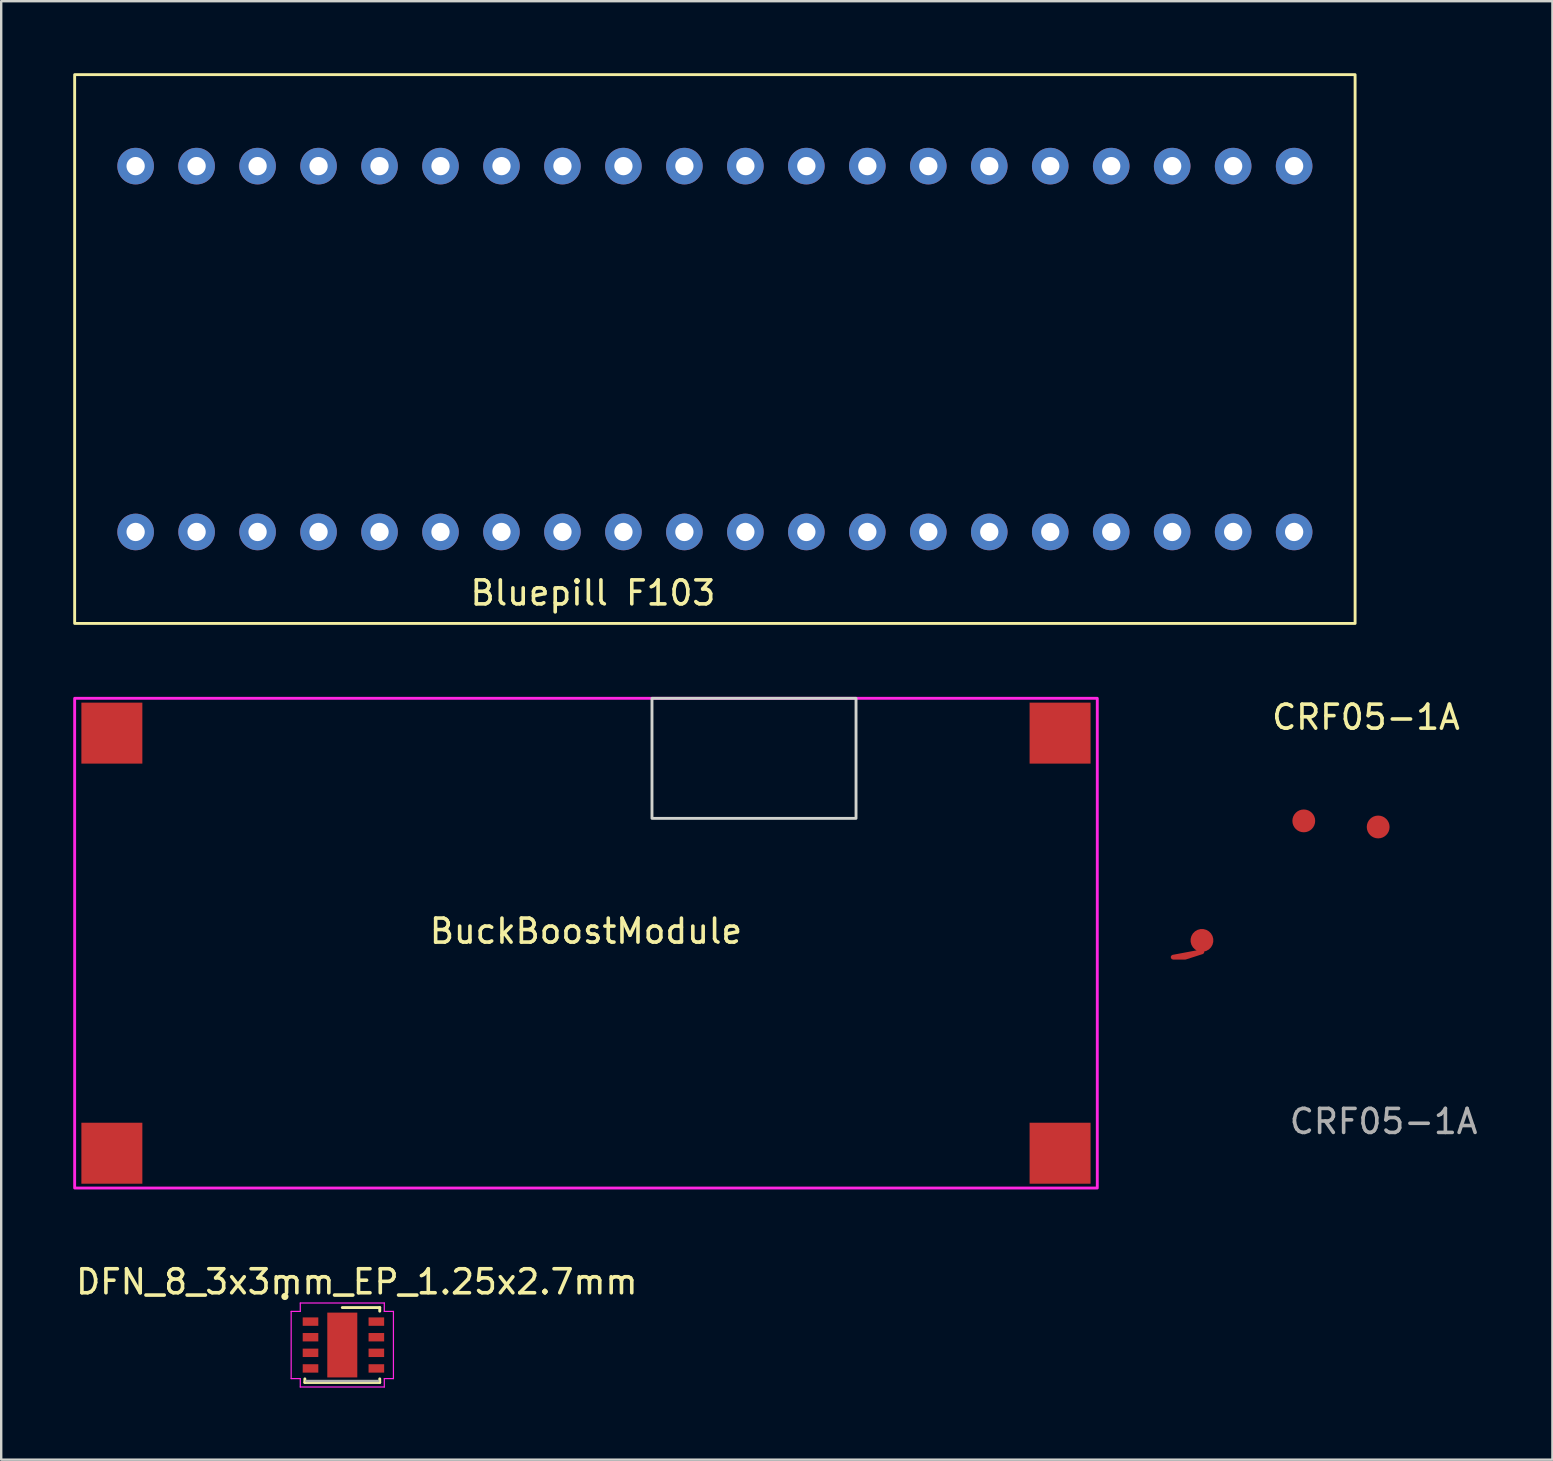
<source format=kicad_pcb>
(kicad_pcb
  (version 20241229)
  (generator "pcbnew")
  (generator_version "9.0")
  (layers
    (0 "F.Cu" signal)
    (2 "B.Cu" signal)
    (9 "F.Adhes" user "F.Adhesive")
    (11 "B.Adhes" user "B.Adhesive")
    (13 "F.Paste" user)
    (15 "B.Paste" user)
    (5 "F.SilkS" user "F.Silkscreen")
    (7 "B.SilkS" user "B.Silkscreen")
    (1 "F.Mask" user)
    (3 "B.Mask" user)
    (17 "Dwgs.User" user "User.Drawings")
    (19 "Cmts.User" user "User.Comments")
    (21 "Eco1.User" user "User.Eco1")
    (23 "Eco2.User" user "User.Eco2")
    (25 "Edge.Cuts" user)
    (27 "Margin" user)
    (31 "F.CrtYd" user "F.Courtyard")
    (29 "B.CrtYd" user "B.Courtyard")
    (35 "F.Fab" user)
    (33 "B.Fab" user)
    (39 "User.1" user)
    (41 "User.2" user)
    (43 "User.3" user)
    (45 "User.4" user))
  (footprint "Bluepill F103"
    (layer "F.Cu")
    (at 28 19.11)
    (property "Reference" "Bluepill F103" (at -6.35 2.54 0) (unlocked yes) (layer "F.SilkS") (effects (font (size 1 1) (thickness 0.15))))
    (attr through_hole)
    (fp_rect (start -27.94 -19.05) (end 25.4 3.81) (stroke (width 0.12) (type default)) (fill no) (layer "F.SilkS"))
    (pad "1" thru_hole circle (at 22.86 -15.24) (size 1.524 1.524) (drill 0.762) (layers "*.Cu" "*.Mask"))
    (pad "2" thru_hole circle (at 20.32 -15.24) (size 1.524 1.524) (drill 0.762) (layers "*.Cu" "*.Mask"))
    (pad "3" thru_hole circle (at 17.78 -15.24) (size 1.524 1.524) (drill 0.762) (layers "*.Cu" "*.Mask"))
    (pad "4" thru_hole circle (at 15.24 -15.24) (size 1.524 1.524) (drill 0.762) (layers "*.Cu" "*.Mask"))
    (pad "5" thru_hole circle (at 12.7 -15.24) (size 1.524 1.524) (drill 0.762) (layers "*.Cu" "*.Mask"))
    (pad "6" thru_hole circle (at 10.16 -15.24) (size 1.524 1.524) (drill 0.762) (layers "*.Cu" "*.Mask"))
    (pad "7" thru_hole circle (at 7.62 -15.24) (size 1.524 1.524) (drill 0.762) (layers "*.Cu" "*.Mask"))
    (pad "8" thru_hole circle (at 5.08 -15.24) (size 1.524 1.524) (drill 0.762) (layers "*.Cu" "*.Mask"))
    (pad "9" thru_hole circle (at 2.54 -15.24) (size 1.524 1.524) (drill 0.762) (layers "*.Cu" "*.Mask"))
    (pad "10" thru_hole circle (at 0 -15.24) (size 1.524 1.524) (drill 0.762) (layers "*.Cu" "*.Mask"))
    (pad "11" thru_hole circle (at -2.54 -15.24) (size 1.524 1.524) (drill 0.762) (layers "*.Cu" "*.Mask"))
    (pad "12" thru_hole circle (at -5.08 -15.24) (size 1.524 1.524) (drill 0.762) (layers "*.Cu" "*.Mask"))
    (pad "13" thru_hole circle (at -7.62 -15.24) (size 1.524 1.524) (drill 0.762) (layers "*.Cu" "*.Mask"))
    (pad "14" thru_hole circle (at -10.16 -15.24) (size 1.524 1.524) (drill 0.762) (layers "*.Cu" "*.Mask"))
    (pad "15" thru_hole circle (at -12.7 -15.24) (size 1.524 1.524) (drill 0.762) (layers "*.Cu" "*.Mask"))
    (pad "16" thru_hole circle (at -15.24 -15.24) (size 1.524 1.524) (drill 0.762) (layers "*.Cu" "*.Mask"))
    (pad "17" thru_hole circle (at -17.78 -15.24) (size 1.524 1.524) (drill 0.762) (layers "*.Cu" "*.Mask"))
    (pad "18" thru_hole circle (at -20.32 -15.24) (size 1.524 1.524) (drill 0.762) (layers "*.Cu" "*.Mask"))
    (pad "19" thru_hole circle (at -22.86 -15.24) (size 1.524 1.524) (drill 0.762) (layers "*.Cu" "*.Mask"))
    (pad "20" thru_hole circle (at -25.4 -15.24) (size 1.524 1.524) (drill 0.762) (layers "*.Cu" "*.Mask"))
    (pad "21" thru_hole circle (at -25.4 0) (size 1.524 1.524) (drill 0.762) (layers "*.Cu" "*.Mask"))
    (pad "22" thru_hole circle (at -22.86 0) (size 1.524 1.524) (drill 0.762) (layers "*.Cu" "*.Mask"))
    (pad "23" thru_hole circle (at -20.32 0) (size 1.524 1.524) (drill 0.762) (layers "*.Cu" "*.Mask"))
    (pad "24" thru_hole circle (at -17.78 0) (size 1.524 1.524) (drill 0.762) (layers "*.Cu" "*.Mask"))
    (pad "25" thru_hole circle (at -15.24 0) (size 1.524 1.524) (drill 0.762) (layers "*.Cu" "*.Mask"))
    (pad "26" thru_hole circle (at -12.7 0) (size 1.524 1.524) (drill 0.762) (layers "*.Cu" "*.Mask"))
    (pad "27" thru_hole circle (at -10.16 0) (size 1.524 1.524) (drill 0.762) (layers "*.Cu" "*.Mask"))
    (pad "28" thru_hole circle (at -7.62 0) (size 1.524 1.524) (drill 0.762) (layers "*.Cu" "*.Mask"))
    (pad "29" thru_hole circle (at -5.08 0) (size 1.524 1.524) (drill 0.762) (layers "*.Cu" "*.Mask"))
    (pad "30" thru_hole circle (at -2.54 0) (size 1.524 1.524) (drill 0.762) (layers "*.Cu" "*.Mask"))
    (pad "31" thru_hole circle (at 0 0) (size 1.524 1.524) (drill 0.762) (layers "*.Cu" "*.Mask"))
    (pad "32" thru_hole circle (at 2.54 0) (size 1.524 1.524) (drill 0.762) (layers "*.Cu" "*.Mask"))
    (pad "33" thru_hole circle (at 5.08 0) (size 1.524 1.524) (drill 0.762) (layers "*.Cu" "*.Mask"))
    (pad "34" thru_hole circle (at 7.62 0) (size 1.524 1.524) (drill 0.762) (layers "*.Cu" "*.Mask"))
    (pad "35" thru_hole circle (at 10.16 0) (size 1.524 1.524) (drill 0.762) (layers "*.Cu" "*.Mask"))
    (pad "36" thru_hole circle (at 12.7 0) (size 1.524 1.524) (drill 0.762) (layers "*.Cu" "*.Mask"))
    (pad "37" thru_hole circle (at 15.24 0) (size 1.524 1.524) (drill 0.762) (layers "*.Cu" "*.Mask"))
    (pad "38" thru_hole circle (at 17.78 0) (size 1.524 1.524) (drill 0.762) (layers "*.Cu" "*.Mask"))
    (pad "39" thru_hole circle (at 20.32 0) (size 1.524 1.524) (drill 0.762) (layers "*.Cu" "*.Mask"))
    (pad "40" thru_hole circle (at 22.86 0) (size 1.524 1.524) (drill 0.762) (layers "*.Cu" "*.Mask")))
  (footprint "CRF05-1A"
    (layer "F.Cu")
    (at 54.64 34.321)
    (property "Reference" "CRF05-1A" (at -0.787 -7.493 0) (unlocked yes) (layer "F.SilkS") (effects (font (size 1 1) (thickness 0.15))))
    (attr smd)
    (fp_text user "${REFERENCE}" (at -0.051 9.347 0) (unlocked yes) (layer "F.Fab") (effects (font (size 1 1) (thickness 0.15))))
    (pad "1" smd custom (at -7.62 1.803) (size 0.95 0.95) (layers "F.Cu" "F.Mask" "F.Paste") (options (anchor circle)) (primitives (gr_poly (pts (xy -1.2 0.7) (xy -0.7 0.7) (xy 0 0.475)) (width 0.2) (fill yes))))
    (pad "7" smd circle (at -0.279 -2.921) (size 0.95 0.95) (layers "F.Cu" "F.Mask" "F.Paste"))
    (pad "8" smd circle (at -3.378 -3.175) (size 0.95 0.95) (layers "F.Cu" "F.Mask" "F.Paste")))
  (footprint "DFN_8_3x3mm_EP_1.25x2.7mm"
    (layer "F.Cu")
    (at 11.307 53.396)
    (property "Reference" "DFN_8_3x3mm_EP_1.25x2.7mm" (at 0.508 -3.048 0) (unlocked yes) (layer "F.SilkS") (effects (font (size 1 1) (thickness 0.15))))
    (attr smd)
    (fp_line (start -2.489 -2.438) (end -2.489 -2.438) (stroke (width 0.3) (type solid)) (layer "F.SilkS"))
    (fp_line (start -2.489 -2.438) (end -2.489 -2.413) (stroke (width 0.12) (type solid)) (layer "F.SilkS"))
    (fp_line (start -2.489 -2.413) (end -2.489 -2.438) (stroke (width 0.12) (type solid)) (layer "F.SilkS"))
    (fp_line (start -2.489 -2.388) (end -2.489 -2.438) (stroke (width 0.12) (type solid)) (layer "F.SilkS"))
    (fp_line (start -1.658 1.144) (end -1.658 0.994) (stroke (width 0.12) (type solid)) (layer "F.SilkS"))
    (fp_line (start -1.658 1.144) (end 1.462 1.144) (stroke (width 0.12) (type solid)) (layer "F.SilkS"))
    (fp_line (start -0.098 -1.976) (end 1.462 -1.976) (stroke (width 0.12) (type solid)) (layer "F.SilkS"))
    (fp_line (start 1.462 -1.976) (end 1.462 -1.826) (stroke (width 0.12) (type solid)) (layer "F.SilkS"))
    (fp_line (start 1.462 1.144) (end 1.462 0.994) (stroke (width 0.12) (type solid)) (layer "F.SilkS"))
    (fp_line (start -2.228 -1.816) (end -2.228 0.984) (stroke (width 0.05) (type solid)) (layer "F.CrtYd"))
    (fp_line (start -1.848 -2.166) (end -1.848 -1.816) (stroke (width 0.05) (type solid)) (layer "F.CrtYd"))
    (fp_line (start -1.848 -2.166) (end 1.652 -2.166) (stroke (width 0.05) (type solid)) (layer "F.CrtYd"))
    (fp_line (start -1.848 -1.816) (end -2.228 -1.816) (stroke (width 0.05) (type solid)) (layer "F.CrtYd"))
    (fp_line (start -1.848 0.984) (end -2.228 0.984) (stroke (width 0.05) (type solid)) (layer "F.CrtYd"))
    (fp_line (start -1.848 1.334) (end -1.848 0.984) (stroke (width 0.05) (type solid)) (layer "F.CrtYd"))
    (fp_line (start -1.848 1.334) (end 1.652 1.334) (stroke (width 0.05) (type solid)) (layer "F.CrtYd"))
    (fp_line (start 1.652 -2.166) (end 1.652 -1.816) (stroke (width 0.05) (type solid)) (layer "F.CrtYd"))
    (fp_line (start 1.652 -1.816) (end 2.032 -1.816) (stroke (width 0.05) (type solid)) (layer "F.CrtYd"))
    (fp_line (start 1.652 0.984) (end 2.032 0.984) (stroke (width 0.05) (type solid)) (layer "F.CrtYd"))
    (fp_line (start 1.652 1.334) (end 1.652 0.984) (stroke (width 0.05) (type solid)) (layer "F.CrtYd"))
    (fp_line (start 2.032 -1.816) (end 2.032 0.984) (stroke (width 0.05) (type solid)) (layer "F.CrtYd"))
    (fp_line (start 1.402 1.084) (end -1.598 1.084) (stroke (width 0.1) (type solid)) (layer "F.Fab"))
    (pad "1" smd rect (at -1.422 -1.391) (size 0.65 0.35) (layers "F.Cu" "F.Mask" "F.Paste"))
    (pad "2" smd rect (at -1.422 -0.741) (size 0.65 0.35) (layers "F.Cu" "F.Mask" "F.Paste"))
    (pad "3" smd rect (at -1.422 -0.091) (size 0.65 0.35) (layers "F.Cu" "F.Mask" "F.Paste"))
    (pad "4" smd rect (at -1.422 0.559) (size 0.65 0.35) (layers "F.Cu" "F.Mask" "F.Paste"))
    (pad "5" smd rect (at 1.321 0.559) (size 0.65 0.35) (layers "F.Cu" "F.Mask" "F.Paste"))
    (pad "6" smd rect (at 1.321 -0.091) (size 0.65 0.35) (layers "F.Cu" "F.Mask" "F.Paste"))
    (pad "7" smd rect (at 1.321 -0.741) (size 0.65 0.35) (layers "F.Cu" "F.Mask" "F.Paste"))
    (pad "8" smd rect (at 1.321 -1.391) (size 0.65 0.35) (layers "F.Cu" "F.Mask" "F.Paste"))
    (pad "9" smd rect (at -0.098 -0.416) (size 1.25 2.7) (layers "F.Cu" "F.Mask")))
  (footprint "BuckBoostModule"
    (layer "F.Cu")
    (at 21.36 36.24)
    (property "Reference" "BuckBoostModule" (at 0 -0.5 0) (unlocked yes) (layer "F.SilkS") (effects (font (size 1 1) (thickness 0.15))))
    (attr smd)
    (fp_rect (start 2.75 -10.2) (end 11.25 -5.2) (stroke (width 0.12) (type default)) (fill no) (layer "Edge.Cuts"))
    (fp_rect (start -21.3 -10.2) (end 21.3 10.2) (stroke (width 0.12) (type default)) (fill no) (layer "F.CrtYd"))
    (pad "1" smd rect (at -19.75 -8.75) (size 2.54 2.54) (layers "F.Cu" "F.Mask" "F.Paste"))
    (pad "2" smd rect (at -19.75 8.75) (size 2.54 2.54) (layers "F.Cu" "F.Mask" "F.Paste"))
    (pad "3" smd rect (at 19.75 8.75) (size 2.54 2.54) (layers "F.Cu" "F.Mask" "F.Paste"))
    (pad "4" smd rect (at 19.75 -8.75) (size 2.54 2.54) (layers "F.Cu" "F.Mask" "F.Paste"))
    (zone (net_name "") (layer "F.Cu") (hatch edge 0.5) (connect_pads) (min_thickness 0.25) (filled_areas_thickness no) (keepout (tracks not_allowed) (vias not_allowed) (pads not_allowed) (copperpour not_allowed) (footprints allowed)) (placement (enabled no)) (fill) (polygon (pts (xy 0.36 29.74) (xy 0.36 42.74) (xy 6.36 42.74) (xy 6.36 29.74))))
    (zone (net_name "") (layer "F.Cu") (hatch edge 0.5) (connect_pads) (min_thickness 0.25) (filled_areas_thickness no) (keepout (tracks not_allowed) (vias not_allowed) (pads not_allowed) (copperpour not_allowed) (footprints allowed)) (placement (enabled no)) (fill) (polygon (pts (xy 42.36 42.74) (xy 42.36 29.74) (xy 35.86 29.74) (xy 35.86 42.74)))))
  (gr_rect
    (start -3 -3)
    (end 61.619 57.755)
    (stroke (width 0.1) (type default))
    (fill no)
    (layer "Edge.Cuts")))
</source>
